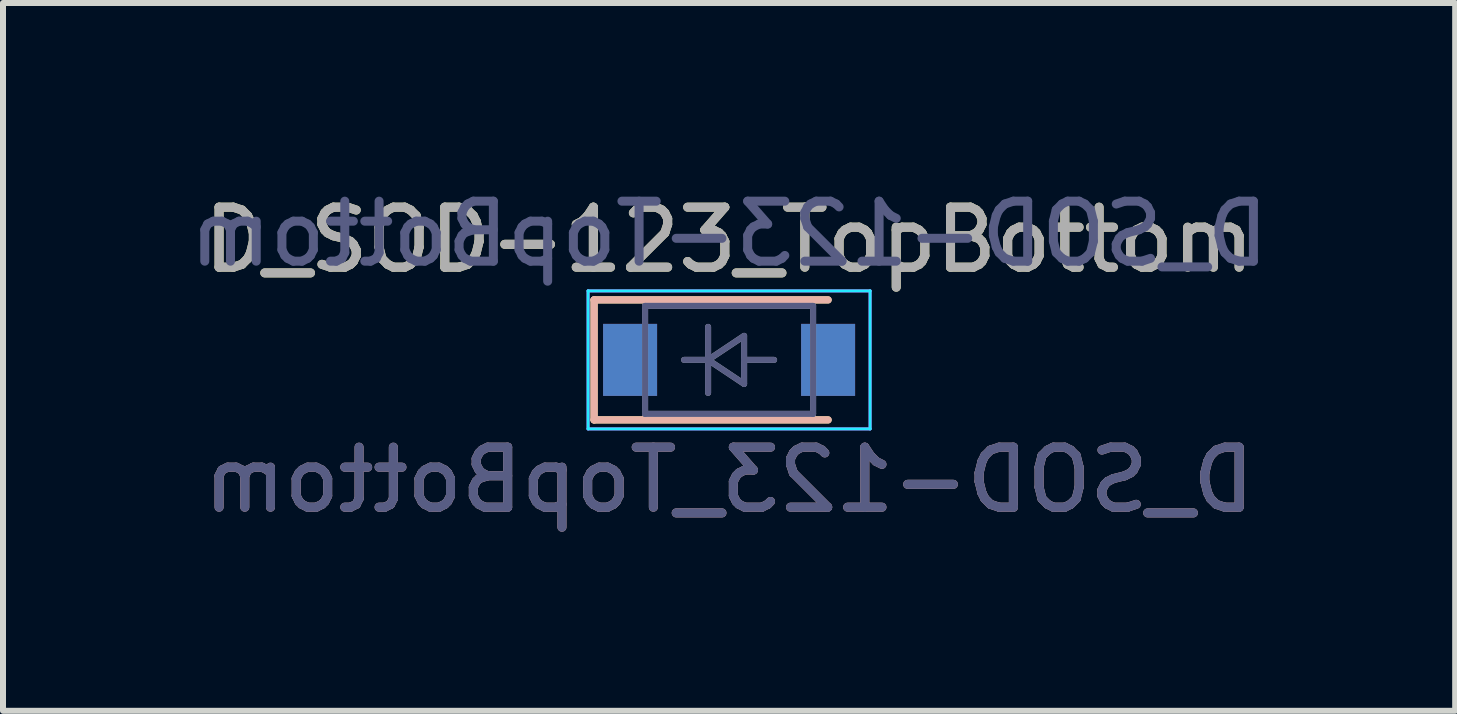
<source format=kicad_pcb>
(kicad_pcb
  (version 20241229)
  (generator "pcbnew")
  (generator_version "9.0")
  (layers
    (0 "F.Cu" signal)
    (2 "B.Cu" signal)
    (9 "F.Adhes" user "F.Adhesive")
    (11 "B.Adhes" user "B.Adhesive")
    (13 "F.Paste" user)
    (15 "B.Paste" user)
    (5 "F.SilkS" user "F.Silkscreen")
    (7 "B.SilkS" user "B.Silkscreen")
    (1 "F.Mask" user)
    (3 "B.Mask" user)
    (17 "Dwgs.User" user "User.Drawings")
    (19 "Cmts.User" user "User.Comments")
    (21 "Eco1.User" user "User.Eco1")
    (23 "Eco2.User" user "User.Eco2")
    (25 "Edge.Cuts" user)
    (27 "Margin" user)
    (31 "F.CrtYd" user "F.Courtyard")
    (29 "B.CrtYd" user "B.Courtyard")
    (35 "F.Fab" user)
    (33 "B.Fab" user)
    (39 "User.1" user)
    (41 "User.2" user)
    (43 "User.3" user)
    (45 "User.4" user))
  (footprint "D_SOD-123_TopBottom"
    (layer "F.Cu")
    (at 9.101 2.948)
    (property "Reference" "D_SOD-123_TopBottom" (at 0 -2 0) (layer "F.SilkS") (effects (font (size 1 1) (thickness 0.15))))
    (property "Value" "D_SOD-123-TopBottom" (at 0 2.1 0) (layer "F.Fab") (hide yes) (effects (font (size 1 1) (thickness 0.15))))
    (attr smd)
    (fp_line (start -2.25 -1) (end -2.25 1) (stroke (width 0.12) (type solid)) (layer "F.SilkS"))
    (fp_line (start -2.25 -1) (end 1.65 -1) (stroke (width 0.12) (type solid)) (layer "F.SilkS"))
    (fp_line (start -2.25 1) (end 1.65 1) (stroke (width 0.12) (type solid)) (layer "F.SilkS"))
    (fp_line (start -2.25 -1) (end 1.65 -1) (stroke (width 0.12) (type solid)) (layer "B.SilkS"))
    (fp_line (start -2.25 1) (end -2.25 -1) (stroke (width 0.12) (type solid)) (layer "B.SilkS"))
    (fp_line (start -2.25 1) (end 1.65 1) (stroke (width 0.12) (type solid)) (layer "B.SilkS"))
    (fp_line (start -2.35 1.15) (end -2.35 -1.15) (stroke (width 0.05) (type solid)) (layer "B.CrtYd"))
    (fp_line (start -2.35 1.15) (end 2.35 1.15) (stroke (width 0.05) (type solid)) (layer "B.CrtYd"))
    (fp_line (start 2.35 -1.15) (end -2.35 -1.15) (stroke (width 0.05) (type solid)) (layer "B.CrtYd"))
    (fp_line (start 2.35 1.15) (end 2.35 -1.15) (stroke (width 0.05) (type solid)) (layer "B.CrtYd"))
    (fp_line (start -2.35 -1.15) (end -2.35 1.15) (stroke (width 0.05) (type solid)) (layer "F.CrtYd"))
    (fp_line (start -2.35 -1.15) (end 2.35 -1.15) (stroke (width 0.05) (type solid)) (layer "F.CrtYd"))
    (fp_line (start 2.35 -1.15) (end 2.35 1.15) (stroke (width 0.05) (type solid)) (layer "F.CrtYd"))
    (fp_line (start 2.35 1.15) (end -2.35 1.15) (stroke (width 0.05) (type solid)) (layer "F.CrtYd"))
    (fp_line (start -1.4 -0.9) (end -1.4 0.9) (stroke (width 0.1) (type solid)) (layer "B.Fab"))
    (fp_line (start -1.4 0.9) (end 1.4 0.9) (stroke (width 0.1) (type solid)) (layer "B.Fab"))
    (fp_line (start -0.75 0) (end -0.35 0) (stroke (width 0.1) (type solid)) (layer "B.Fab"))
    (fp_line (start -0.35 0) (end -0.35 -0.55) (stroke (width 0.1) (type solid)) (layer "B.Fab"))
    (fp_line (start -0.35 0) (end -0.35 0.55) (stroke (width 0.1) (type solid)) (layer "B.Fab"))
    (fp_line (start -0.35 0) (end 0.25 0.4) (stroke (width 0.1) (type solid)) (layer "B.Fab"))
    (fp_line (start 0.25 -0.4) (end -0.35 0) (stroke (width 0.1) (type solid)) (layer "B.Fab"))
    (fp_line (start 0.25 0) (end 0.75 0) (stroke (width 0.1) (type solid)) (layer "B.Fab"))
    (fp_line (start 0.25 0.4) (end 0.25 -0.4) (stroke (width 0.1) (type solid)) (layer "B.Fab"))
    (fp_line (start 1.4 -0.9) (end -1.4 -0.9) (stroke (width 0.1) (type solid)) (layer "B.Fab"))
    (fp_line (start 1.4 0.9) (end 1.4 -0.9) (stroke (width 0.1) (type solid)) (layer "B.Fab"))
    (fp_line (start -1.4 -0.9) (end 1.4 -0.9) (stroke (width 0.1) (type solid)) (layer "F.Fab"))
    (fp_line (start -1.4 0.9) (end -1.4 -0.9) (stroke (width 0.1) (type solid)) (layer "F.Fab"))
    (fp_line (start -0.75 0) (end -0.35 0) (stroke (width 0.1) (type solid)) (layer "F.Fab"))
    (fp_line (start -0.35 0) (end -0.35 -0.55) (stroke (width 0.1) (type solid)) (layer "F.Fab"))
    (fp_line (start -0.35 0) (end -0.35 0.55) (stroke (width 0.1) (type solid)) (layer "F.Fab"))
    (fp_line (start -0.35 0) (end 0.25 -0.4) (stroke (width 0.1) (type solid)) (layer "F.Fab"))
    (fp_line (start 0.25 -0.4) (end 0.25 0.4) (stroke (width 0.1) (type solid)) (layer "F.Fab"))
    (fp_line (start 0.25 0) (end 0.75 0) (stroke (width 0.1) (type solid)) (layer "F.Fab"))
    (fp_line (start 0.25 0.4) (end -0.35 0) (stroke (width 0.1) (type solid)) (layer "F.Fab"))
    (fp_line (start 1.4 -0.9) (end 1.4 0.9) (stroke (width 0.1) (type solid)) (layer "F.Fab"))
    (fp_line (start 1.4 0.9) (end -1.4 0.9) (stroke (width 0.1) (type solid)) (layer "F.Fab"))
    (fp_text user "${REFERENCE}" (at 0 2 180) (layer "B.SilkS") (effects (font (size 1 1) (thickness 0.15)) (justify mirror)))
    (fp_text user "${VALUE}" (at 0 -2.1 180) (layer "B.Fab") (effects (font (size 1 1) (thickness 0.15)) (justify mirror)))
    (fp_text user "${REFERENCE}" (at 0 2 180) (layer "B.Fab") (effects (font (size 1 1) (thickness 0.15)) (justify mirror)))
    (fp_text user "${REFERENCE}" (at 0 -2 0) (layer "F.Fab") (effects (font (size 1 1) (thickness 0.15))))
    (pad "1" smd rect (at -1.65 0) (size 0.9 1.2) (layers "F.Cu" "F.Mask" "F.Paste"))
    (pad "1" smd rect (at -1.65 0 180) (size 0.9 1.2) (layers "B.Cu" "B.Mask" "B.Paste"))
    (pad "2" smd rect (at 1.65 0) (size 0.9 1.2) (layers "F.Cu" "F.Mask" "F.Paste"))
    (pad "2" smd rect (at 1.65 0 180) (size 0.9 1.2) (layers "B.Cu" "B.Mask" "B.Paste")))
  (gr_rect
    (start -3 -3)
    (end 21.202 8.796)
    (stroke (width 0.1) (type default))
    (fill no)
    (layer "Edge.Cuts")))
</source>
